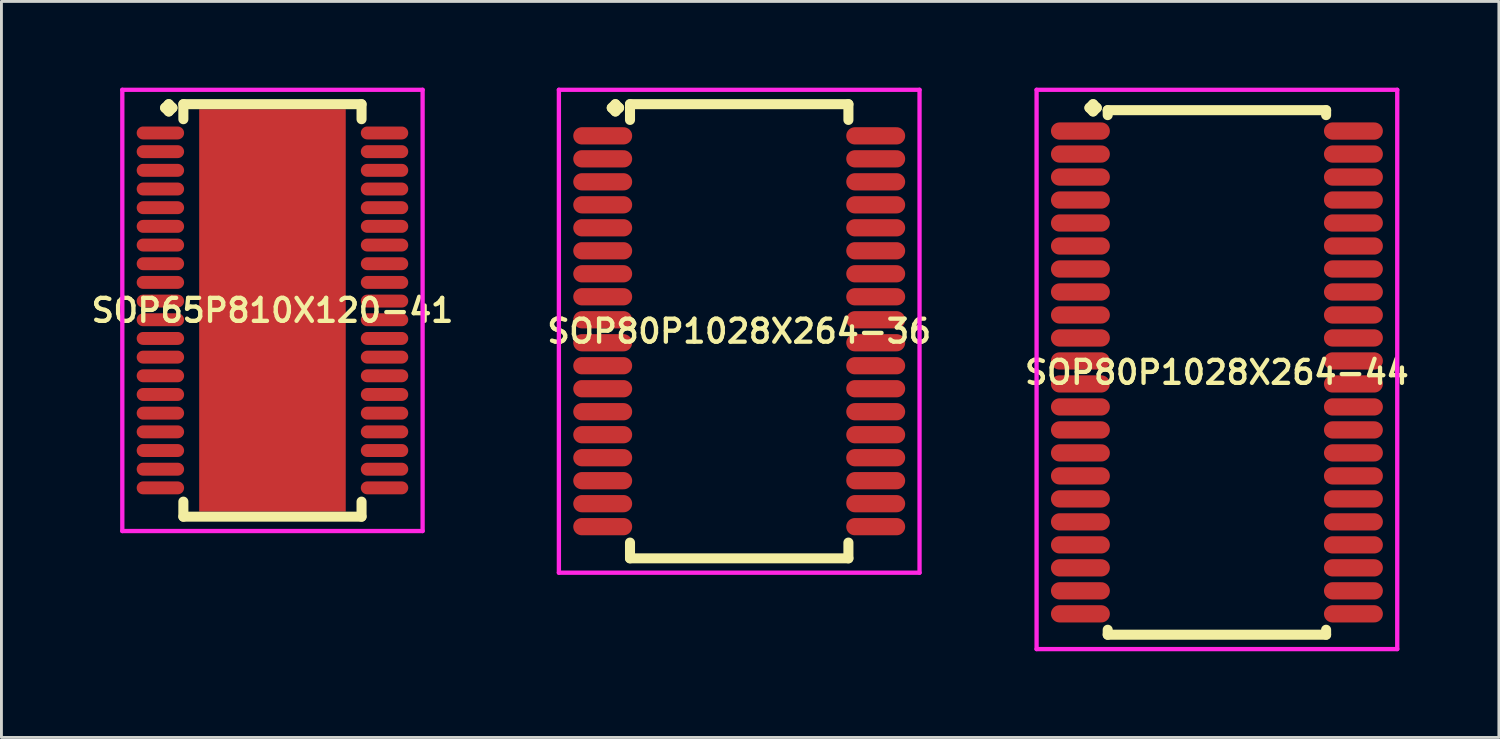
<source format=kicad_pcb>
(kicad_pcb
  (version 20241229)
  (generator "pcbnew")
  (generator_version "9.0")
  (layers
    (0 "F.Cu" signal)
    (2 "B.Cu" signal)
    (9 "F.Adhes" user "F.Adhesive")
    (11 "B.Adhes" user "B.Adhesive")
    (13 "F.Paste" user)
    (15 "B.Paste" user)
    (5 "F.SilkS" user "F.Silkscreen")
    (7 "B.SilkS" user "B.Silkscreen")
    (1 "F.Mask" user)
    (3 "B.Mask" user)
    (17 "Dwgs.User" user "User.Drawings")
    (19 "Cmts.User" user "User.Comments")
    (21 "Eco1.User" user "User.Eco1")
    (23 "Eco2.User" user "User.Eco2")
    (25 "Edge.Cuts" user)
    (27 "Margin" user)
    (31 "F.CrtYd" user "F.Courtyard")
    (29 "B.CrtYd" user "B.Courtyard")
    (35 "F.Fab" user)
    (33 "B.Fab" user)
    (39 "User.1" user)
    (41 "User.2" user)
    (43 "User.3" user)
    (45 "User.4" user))
  (footprint "SOP80P1028X264-36"
    (layer "F.Cu")
    (at 22.673 8.477)
    (property "Reference" "SOP80P1028X264-36" (at 0 0 0) (layer "F.SilkS") (effects (font (size 0.8 0.8) (thickness 0.15))))
    (attr through_hole)
    (fp_line (start -4.435 -7.775) (end -4.308 -7.902) (stroke (width 0.35) (type solid)) (layer "F.SilkS"))
    (fp_line (start -4.308 -7.902) (end -4.181 -7.775) (stroke (width 0.35) (type solid)) (layer "F.SilkS"))
    (fp_line (start -4.308 -7.648) (end -4.435 -7.775) (stroke (width 0.35) (type solid)) (layer "F.SilkS"))
    (fp_line (start -4.181 -7.775) (end -4.308 -7.648) (stroke (width 0.35) (type solid)) (layer "F.SilkS"))
    (fp_line (start -3.8 -7.902) (end 3.8 -7.902) (stroke (width 0.35) (type solid)) (layer "F.SilkS"))
    (fp_line (start -3.8 -7.354) (end -3.8 -7.902) (stroke (width 0.35) (type solid)) (layer "F.SilkS"))
    (fp_line (start -3.8 7.354) (end -3.8 7.902) (stroke (width 0.35) (type solid)) (layer "F.SilkS"))
    (fp_line (start -3.8 7.902) (end 3.8 7.902) (stroke (width 0.35) (type solid)) (layer "F.SilkS"))
    (fp_line (start 3.8 -7.902) (end 3.8 -7.354) (stroke (width 0.35) (type solid)) (layer "F.SilkS"))
    (fp_line (start 3.8 7.902) (end 3.8 7.354) (stroke (width 0.35) (type solid)) (layer "F.SilkS"))
    (fp_line (start -6.275 -8.402) (end 6.275 -8.402) (stroke (width 0.15) (type solid)) (layer "F.CrtYd"))
    (fp_line (start -6.275 8.402) (end -6.275 -8.402) (stroke (width 0.15) (type solid)) (layer "F.CrtYd"))
    (fp_line (start 6.275 -8.402) (end 6.275 8.402) (stroke (width 0.15) (type solid)) (layer "F.CrtYd"))
    (fp_line (start 6.275 8.402) (end -6.275 8.402) (stroke (width 0.15) (type solid)) (layer "F.CrtYd"))
    (pad "1" smd oval (at -4.75 -6.8) (size 2.05 0.6) (layers "F.Cu" "F.Mask" "F.Paste"))
    (pad "2" smd oval (at -4.75 -6) (size 2.05 0.6) (layers "F.Cu" "F.Mask" "F.Paste"))
    (pad "3" smd oval (at -4.75 -5.2) (size 2.05 0.6) (layers "F.Cu" "F.Mask" "F.Paste"))
    (pad "4" smd oval (at -4.75 -4.4) (size 2.05 0.6) (layers "F.Cu" "F.Mask" "F.Paste"))
    (pad "5" smd oval (at -4.75 -3.6) (size 2.05 0.6) (layers "F.Cu" "F.Mask" "F.Paste"))
    (pad "6" smd oval (at -4.75 -2.8) (size 2.05 0.6) (layers "F.Cu" "F.Mask" "F.Paste"))
    (pad "7" smd oval (at -4.75 -2) (size 2.05 0.6) (layers "F.Cu" "F.Mask" "F.Paste"))
    (pad "8" smd oval (at -4.75 -1.2) (size 2.05 0.6) (layers "F.Cu" "F.Mask" "F.Paste"))
    (pad "9" smd oval (at -4.75 -0.4) (size 2.05 0.6) (layers "F.Cu" "F.Mask" "F.Paste"))
    (pad "10" smd oval (at -4.75 0.4) (size 2.05 0.6) (layers "F.Cu" "F.Mask" "F.Paste"))
    (pad "11" smd oval (at -4.75 1.2) (size 2.05 0.6) (layers "F.Cu" "F.Mask" "F.Paste"))
    (pad "12" smd oval (at -4.75 2) (size 2.05 0.6) (layers "F.Cu" "F.Mask" "F.Paste"))
    (pad "13" smd oval (at -4.75 2.8) (size 2.05 0.6) (layers "F.Cu" "F.Mask" "F.Paste"))
    (pad "14" smd oval (at -4.75 3.6) (size 2.05 0.6) (layers "F.Cu" "F.Mask" "F.Paste"))
    (pad "15" smd oval (at -4.75 4.4) (size 2.05 0.6) (layers "F.Cu" "F.Mask" "F.Paste"))
    (pad "16" smd oval (at -4.75 5.2) (size 2.05 0.6) (layers "F.Cu" "F.Mask" "F.Paste"))
    (pad "17" smd oval (at -4.75 6) (size 2.05 0.6) (layers "F.Cu" "F.Mask" "F.Paste"))
    (pad "18" smd oval (at -4.75 6.8) (size 2.05 0.6) (layers "F.Cu" "F.Mask" "F.Paste"))
    (pad "19" smd oval (at 4.75 6.8) (size 2.05 0.6) (layers "F.Cu" "F.Mask" "F.Paste"))
    (pad "20" smd oval (at 4.75 6) (size 2.05 0.6) (layers "F.Cu" "F.Mask" "F.Paste"))
    (pad "21" smd oval (at 4.75 5.2) (size 2.05 0.6) (layers "F.Cu" "F.Mask" "F.Paste"))
    (pad "22" smd oval (at 4.75 4.4) (size 2.05 0.6) (layers "F.Cu" "F.Mask" "F.Paste"))
    (pad "23" smd oval (at 4.75 3.6) (size 2.05 0.6) (layers "F.Cu" "F.Mask" "F.Paste"))
    (pad "24" smd oval (at 4.75 2.8) (size 2.05 0.6) (layers "F.Cu" "F.Mask" "F.Paste"))
    (pad "25" smd oval (at 4.75 2) (size 2.05 0.6) (layers "F.Cu" "F.Mask" "F.Paste"))
    (pad "26" smd oval (at 4.75 1.2) (size 2.05 0.6) (layers "F.Cu" "F.Mask" "F.Paste"))
    (pad "27" smd oval (at 4.75 0.4) (size 2.05 0.6) (layers "F.Cu" "F.Mask" "F.Paste"))
    (pad "28" smd oval (at 4.75 -0.4) (size 2.05 0.6) (layers "F.Cu" "F.Mask" "F.Paste"))
    (pad "29" smd oval (at 4.75 -1.2) (size 2.05 0.6) (layers "F.Cu" "F.Mask" "F.Paste"))
    (pad "30" smd oval (at 4.75 -2) (size 2.05 0.6) (layers "F.Cu" "F.Mask" "F.Paste"))
    (pad "31" smd oval (at 4.75 -2.8) (size 2.05 0.6) (layers "F.Cu" "F.Mask" "F.Paste"))
    (pad "32" smd oval (at 4.75 -3.6) (size 2.05 0.6) (layers "F.Cu" "F.Mask" "F.Paste"))
    (pad "33" smd oval (at 4.75 -4.4) (size 2.05 0.6) (layers "F.Cu" "F.Mask" "F.Paste"))
    (pad "34" smd oval (at 4.75 -5.2) (size 2.05 0.6) (layers "F.Cu" "F.Mask" "F.Paste"))
    (pad "35" smd oval (at 4.75 -6) (size 2.05 0.6) (layers "F.Cu" "F.Mask" "F.Paste"))
    (pad "36" smd oval (at 4.75 -6.8) (size 2.05 0.6) (layers "F.Cu" "F.Mask" "F.Paste")))
  (footprint "SOP65P810X120-41"
    (layer "F.Cu")
    (at 6.431 7.752)
    (property "Reference" "SOP65P810X120-41" (at 0 0 0) (layer "F.SilkS") (effects (font (size 0.8 0.8) (thickness 0.15))))
    (attr smd)
    (fp_line (start -3.735 -7.05) (end -3.608 -7.177) (stroke (width 0.35) (type solid)) (layer "F.SilkS"))
    (fp_line (start -3.608 -7.177) (end -3.481 -7.05) (stroke (width 0.35) (type solid)) (layer "F.SilkS"))
    (fp_line (start -3.608 -6.923) (end -3.735 -7.05) (stroke (width 0.35) (type solid)) (layer "F.SilkS"))
    (fp_line (start -3.481 -7.05) (end -3.608 -6.923) (stroke (width 0.35) (type solid)) (layer "F.SilkS"))
    (fp_line (start -3.1 -7.177) (end 3.1 -7.177) (stroke (width 0.35) (type solid)) (layer "F.SilkS"))
    (fp_line (start -3.1 -6.654) (end -3.1 -7.177) (stroke (width 0.35) (type solid)) (layer "F.SilkS"))
    (fp_line (start -3.1 6.654) (end -3.1 7.177) (stroke (width 0.35) (type solid)) (layer "F.SilkS"))
    (fp_line (start -3.1 7.177) (end 3.1 7.177) (stroke (width 0.35) (type solid)) (layer "F.SilkS"))
    (fp_line (start 3.1 -7.177) (end 3.1 -6.654) (stroke (width 0.35) (type solid)) (layer "F.SilkS"))
    (fp_line (start 3.1 7.177) (end 3.1 6.654) (stroke (width 0.35) (type solid)) (layer "F.SilkS"))
    (fp_line (start -5.225 -7.677) (end 5.225 -7.677) (stroke (width 0.15) (type solid)) (layer "F.CrtYd"))
    (fp_line (start -5.225 7.677) (end -5.225 -7.677) (stroke (width 0.15) (type solid)) (layer "F.CrtYd"))
    (fp_line (start 5.225 -7.677) (end 5.225 7.677) (stroke (width 0.15) (type solid)) (layer "F.CrtYd"))
    (fp_line (start 5.225 7.677) (end -5.225 7.677) (stroke (width 0.15) (type solid)) (layer "F.CrtYd"))
    (pad "1" smd oval (at -3.9 -6.175) (size 1.65 0.45) (layers "F.Cu" "F.Mask" "F.Paste"))
    (pad "2" smd oval (at -3.9 -5.525) (size 1.65 0.45) (layers "F.Cu" "F.Mask" "F.Paste"))
    (pad "3" smd oval (at -3.9 -4.875) (size 1.65 0.45) (layers "F.Cu" "F.Mask" "F.Paste"))
    (pad "4" smd oval (at -3.9 -4.225) (size 1.65 0.45) (layers "F.Cu" "F.Mask" "F.Paste"))
    (pad "5" smd oval (at -3.9 -3.575) (size 1.65 0.45) (layers "F.Cu" "F.Mask" "F.Paste"))
    (pad "6" smd oval (at -3.9 -2.925) (size 1.65 0.45) (layers "F.Cu" "F.Mask" "F.Paste"))
    (pad "7" smd oval (at -3.9 -2.275) (size 1.65 0.45) (layers "F.Cu" "F.Mask" "F.Paste"))
    (pad "8" smd oval (at -3.9 -1.625) (size 1.65 0.45) (layers "F.Cu" "F.Mask" "F.Paste"))
    (pad "9" smd oval (at -3.9 -0.975) (size 1.65 0.45) (layers "F.Cu" "F.Mask" "F.Paste"))
    (pad "10" smd oval (at -3.9 -0.325) (size 1.65 0.45) (layers "F.Cu" "F.Mask" "F.Paste"))
    (pad "11" smd oval (at -3.9 0.325) (size 1.65 0.45) (layers "F.Cu" "F.Mask" "F.Paste"))
    (pad "12" smd oval (at -3.9 0.975) (size 1.65 0.45) (layers "F.Cu" "F.Mask" "F.Paste"))
    (pad "13" smd oval (at -3.9 1.625) (size 1.65 0.45) (layers "F.Cu" "F.Mask" "F.Paste"))
    (pad "14" smd oval (at -3.9 2.275) (size 1.65 0.45) (layers "F.Cu" "F.Mask" "F.Paste"))
    (pad "15" smd oval (at -3.9 2.925) (size 1.65 0.45) (layers "F.Cu" "F.Mask" "F.Paste"))
    (pad "16" smd oval (at -3.9 3.575) (size 1.65 0.45) (layers "F.Cu" "F.Mask" "F.Paste"))
    (pad "17" smd oval (at -3.9 4.225) (size 1.65 0.45) (layers "F.Cu" "F.Mask" "F.Paste"))
    (pad "18" smd oval (at -3.9 4.875) (size 1.65 0.45) (layers "F.Cu" "F.Mask" "F.Paste"))
    (pad "19" smd oval (at -3.9 5.525) (size 1.65 0.45) (layers "F.Cu" "F.Mask" "F.Paste"))
    (pad "20" smd oval (at -3.9 6.175) (size 1.65 0.45) (layers "F.Cu" "F.Mask" "F.Paste"))
    (pad "21" smd oval (at 3.9 6.175) (size 1.65 0.45) (layers "F.Cu" "F.Mask" "F.Paste"))
    (pad "22" smd oval (at 3.9 5.525) (size 1.65 0.45) (layers "F.Cu" "F.Mask" "F.Paste"))
    (pad "23" smd oval (at 3.9 4.875) (size 1.65 0.45) (layers "F.Cu" "F.Mask" "F.Paste"))
    (pad "24" smd oval (at 3.9 4.225) (size 1.65 0.45) (layers "F.Cu" "F.Mask" "F.Paste"))
    (pad "25" smd oval (at 3.9 3.575) (size 1.65 0.45) (layers "F.Cu" "F.Mask" "F.Paste"))
    (pad "26" smd oval (at 3.9 2.925) (size 1.65 0.45) (layers "F.Cu" "F.Mask" "F.Paste"))
    (pad "27" smd oval (at 3.9 2.275) (size 1.65 0.45) (layers "F.Cu" "F.Mask" "F.Paste"))
    (pad "28" smd oval (at 3.9 1.625) (size 1.65 0.45) (layers "F.Cu" "F.Mask" "F.Paste"))
    (pad "29" smd oval (at 3.9 0.975) (size 1.65 0.45) (layers "F.Cu" "F.Mask" "F.Paste"))
    (pad "30" smd oval (at 3.9 0.325) (size 1.65 0.45) (layers "F.Cu" "F.Mask" "F.Paste"))
    (pad "31" smd oval (at 3.9 -0.325) (size 1.65 0.45) (layers "F.Cu" "F.Mask" "F.Paste"))
    (pad "32" smd oval (at 3.9 -0.975) (size 1.65 0.45) (layers "F.Cu" "F.Mask" "F.Paste"))
    (pad "33" smd oval (at 3.9 -1.625) (size 1.65 0.45) (layers "F.Cu" "F.Mask" "F.Paste"))
    (pad "34" smd oval (at 3.9 -2.275) (size 1.65 0.45) (layers "F.Cu" "F.Mask" "F.Paste"))
    (pad "35" smd oval (at 3.9 -2.925) (size 1.65 0.45) (layers "F.Cu" "F.Mask" "F.Paste"))
    (pad "36" smd oval (at 3.9 -3.575) (size 1.65 0.45) (layers "F.Cu" "F.Mask" "F.Paste"))
    (pad "37" smd oval (at 3.9 -4.225) (size 1.65 0.45) (layers "F.Cu" "F.Mask" "F.Paste"))
    (pad "38" smd oval (at 3.9 -4.875) (size 1.65 0.45) (layers "F.Cu" "F.Mask" "F.Paste"))
    (pad "39" smd oval (at 3.9 -5.525) (size 1.65 0.45) (layers "F.Cu" "F.Mask" "F.Paste"))
    (pad "40" smd oval (at 3.9 -6.175) (size 1.65 0.45) (layers "F.Cu" "F.Mask" "F.Paste"))
    (pad "41" smd rect (at 0 0) (size 5.1 14) (layers "F.Cu" "F.Mask" "F.Paste")))
  (footprint "SOP80P1028X264-44"
    (layer "F.Cu")
    (at 39.296 9.91)
    (property "Reference" "SOP80P1028X264-44" (at 0 0 0) (layer "F.SilkS") (effects (font (size 0.8 0.8) (thickness 0.15))))
    (attr smd)
    (fp_line (start -4.435 -9.208) (end -4.308 -9.335) (stroke (width 0.35) (type solid)) (layer "F.SilkS"))
    (fp_line (start -4.308 -9.335) (end -4.181 -9.208) (stroke (width 0.35) (type solid)) (layer "F.SilkS"))
    (fp_line (start -4.308 -9.081) (end -4.435 -9.208) (stroke (width 0.35) (type solid)) (layer "F.SilkS"))
    (fp_line (start -4.181 -9.208) (end -4.308 -9.081) (stroke (width 0.35) (type solid)) (layer "F.SilkS"))
    (fp_line (start -3.8 -9.127) (end 3.8 -9.127) (stroke (width 0.35) (type solid)) (layer "F.SilkS"))
    (fp_line (start -3.8 -8.954) (end -3.8 -9.127) (stroke (width 0.35) (type solid)) (layer "F.SilkS"))
    (fp_line (start -3.8 8.954) (end -3.8 9.127) (stroke (width 0.35) (type solid)) (layer "F.SilkS"))
    (fp_line (start -3.8 9.127) (end 3.8 9.127) (stroke (width 0.35) (type solid)) (layer "F.SilkS"))
    (fp_line (start 3.8 -9.127) (end 3.8 -8.954) (stroke (width 0.35) (type solid)) (layer "F.SilkS"))
    (fp_line (start 3.8 9.127) (end 3.8 8.954) (stroke (width 0.35) (type solid)) (layer "F.SilkS"))
    (fp_line (start -6.275 -9.835) (end 6.275 -9.835) (stroke (width 0.15) (type solid)) (layer "F.CrtYd"))
    (fp_line (start -6.275 9.627) (end -6.275 -9.835) (stroke (width 0.15) (type solid)) (layer "F.CrtYd"))
    (fp_line (start 6.275 -9.835) (end 6.275 9.627) (stroke (width 0.15) (type solid)) (layer "F.CrtYd"))
    (fp_line (start 6.275 9.627) (end -6.275 9.627) (stroke (width 0.15) (type solid)) (layer "F.CrtYd"))
    (pad "1" smd oval (at -4.75 -8.4) (size 2.05 0.6) (layers "F.Cu" "F.Mask" "F.Paste"))
    (pad "2" smd oval (at -4.75 -7.6) (size 2.05 0.6) (layers "F.Cu" "F.Mask" "F.Paste"))
    (pad "3" smd oval (at -4.75 -6.8) (size 2.05 0.6) (layers "F.Cu" "F.Mask" "F.Paste"))
    (pad "4" smd oval (at -4.75 -6) (size 2.05 0.6) (layers "F.Cu" "F.Mask" "F.Paste"))
    (pad "5" smd oval (at -4.75 -5.2) (size 2.05 0.6) (layers "F.Cu" "F.Mask" "F.Paste"))
    (pad "6" smd oval (at -4.75 -4.4) (size 2.05 0.6) (layers "F.Cu" "F.Mask" "F.Paste"))
    (pad "7" smd oval (at -4.75 -3.6) (size 2.05 0.6) (layers "F.Cu" "F.Mask" "F.Paste"))
    (pad "8" smd oval (at -4.75 -2.8) (size 2.05 0.6) (layers "F.Cu" "F.Mask" "F.Paste"))
    (pad "9" smd oval (at -4.75 -2) (size 2.05 0.6) (layers "F.Cu" "F.Mask" "F.Paste"))
    (pad "10" smd oval (at -4.75 -1.2) (size 2.05 0.6) (layers "F.Cu" "F.Mask" "F.Paste"))
    (pad "11" smd oval (at -4.75 -0.4) (size 2.05 0.6) (layers "F.Cu" "F.Mask" "F.Paste"))
    (pad "12" smd oval (at -4.75 0.4) (size 2.05 0.6) (layers "F.Cu" "F.Mask" "F.Paste"))
    (pad "13" smd oval (at -4.75 1.2) (size 2.05 0.6) (layers "F.Cu" "F.Mask" "F.Paste"))
    (pad "14" smd oval (at -4.75 2) (size 2.05 0.6) (layers "F.Cu" "F.Mask" "F.Paste"))
    (pad "15" smd oval (at -4.75 2.8) (size 2.05 0.6) (layers "F.Cu" "F.Mask" "F.Paste"))
    (pad "16" smd oval (at -4.75 3.6) (size 2.05 0.6) (layers "F.Cu" "F.Mask" "F.Paste"))
    (pad "17" smd oval (at -4.75 4.4) (size 2.05 0.6) (layers "F.Cu" "F.Mask" "F.Paste"))
    (pad "18" smd oval (at -4.75 5.2) (size 2.05 0.6) (layers "F.Cu" "F.Mask" "F.Paste"))
    (pad "19" smd oval (at -4.75 6) (size 2.05 0.6) (layers "F.Cu" "F.Mask" "F.Paste"))
    (pad "20" smd oval (at -4.75 6.8) (size 2.05 0.6) (layers "F.Cu" "F.Mask" "F.Paste"))
    (pad "21" smd oval (at -4.75 7.6) (size 2.05 0.6) (layers "F.Cu" "F.Mask" "F.Paste"))
    (pad "22" smd oval (at -4.75 8.4) (size 2.05 0.6) (layers "F.Cu" "F.Mask" "F.Paste"))
    (pad "23" smd oval (at 4.75 8.4) (size 2.05 0.6) (layers "F.Cu" "F.Mask" "F.Paste"))
    (pad "24" smd oval (at 4.75 7.6) (size 2.05 0.6) (layers "F.Cu" "F.Mask" "F.Paste"))
    (pad "25" smd oval (at 4.75 6.8) (size 2.05 0.6) (layers "F.Cu" "F.Mask" "F.Paste"))
    (pad "26" smd oval (at 4.75 6) (size 2.05 0.6) (layers "F.Cu" "F.Mask" "F.Paste"))
    (pad "27" smd oval (at 4.75 5.2) (size 2.05 0.6) (layers "F.Cu" "F.Mask" "F.Paste"))
    (pad "28" smd oval (at 4.75 4.4) (size 2.05 0.6) (layers "F.Cu" "F.Mask" "F.Paste"))
    (pad "29" smd oval (at 4.75 3.6) (size 2.05 0.6) (layers "F.Cu" "F.Mask" "F.Paste"))
    (pad "30" smd oval (at 4.75 2.8) (size 2.05 0.6) (layers "F.Cu" "F.Mask" "F.Paste"))
    (pad "31" smd oval (at 4.75 2) (size 2.05 0.6) (layers "F.Cu" "F.Mask" "F.Paste"))
    (pad "32" smd oval (at 4.75 1.2) (size 2.05 0.6) (layers "F.Cu" "F.Mask" "F.Paste"))
    (pad "33" smd oval (at 4.75 0.4) (size 2.05 0.6) (layers "F.Cu" "F.Mask" "F.Paste"))
    (pad "34" smd oval (at 4.75 -0.4) (size 2.05 0.6) (layers "F.Cu" "F.Mask" "F.Paste"))
    (pad "35" smd oval (at 4.75 -1.2) (size 2.05 0.6) (layers "F.Cu" "F.Mask" "F.Paste"))
    (pad "36" smd oval (at 4.75 -2) (size 2.05 0.6) (layers "F.Cu" "F.Mask" "F.Paste"))
    (pad "37" smd oval (at 4.75 -2.8) (size 2.05 0.6) (layers "F.Cu" "F.Mask" "F.Paste"))
    (pad "38" smd oval (at 4.75 -3.6) (size 2.05 0.6) (layers "F.Cu" "F.Mask" "F.Paste"))
    (pad "39" smd oval (at 4.75 -4.4) (size 2.05 0.6) (layers "F.Cu" "F.Mask" "F.Paste"))
    (pad "40" smd oval (at 4.75 -5.2) (size 2.05 0.6) (layers "F.Cu" "F.Mask" "F.Paste"))
    (pad "41" smd oval (at 4.75 -6) (size 2.05 0.6) (layers "F.Cu" "F.Mask" "F.Paste"))
    (pad "42" smd oval (at 4.75 -6.8) (size 2.05 0.6) (layers "F.Cu" "F.Mask" "F.Paste"))
    (pad "43" smd oval (at 4.75 -7.6) (size 2.05 0.6) (layers "F.Cu" "F.Mask" "F.Paste"))
    (pad "44" smd oval (at 4.75 -8.4) (size 2.05 0.6) (layers "F.Cu" "F.Mask" "F.Paste")))
  (gr_rect
    (start -3 -3)
    (end 49.108 22.612)
    (stroke (width 0.1) (type default))
    (fill no)
    (layer "Edge.Cuts")))
</source>
